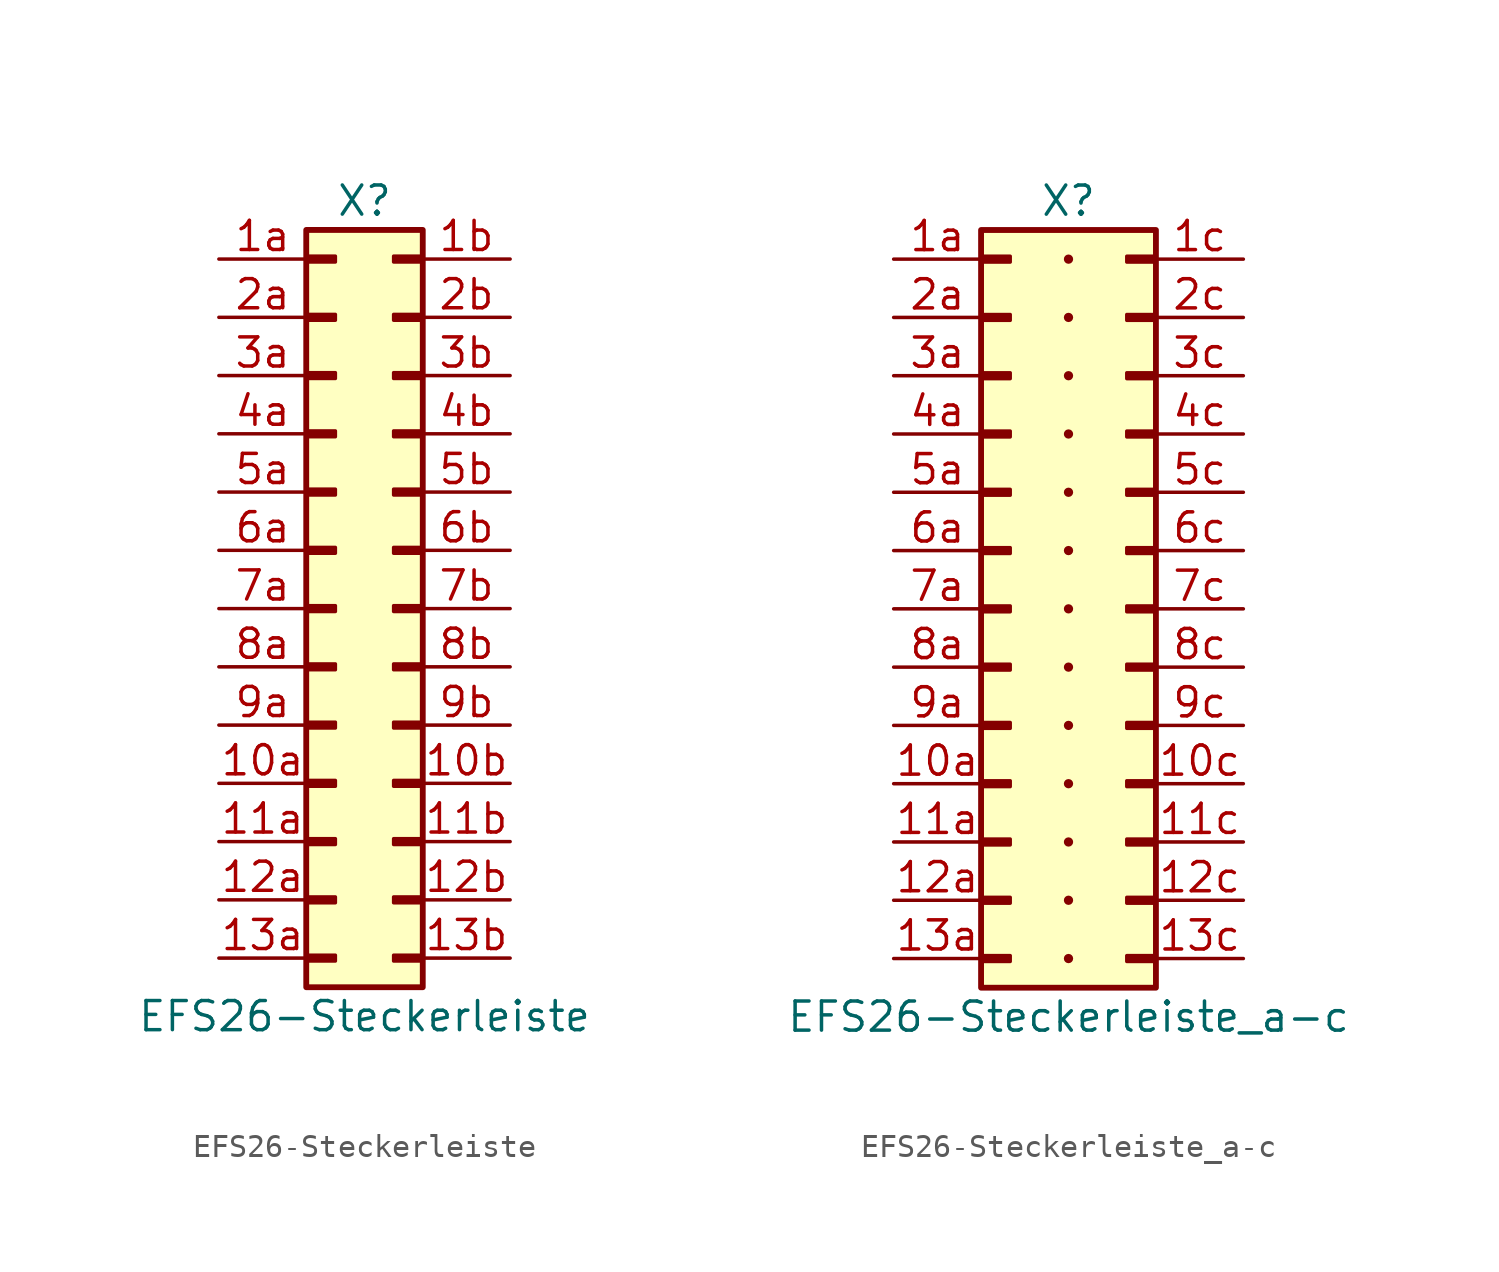
<source format=kicad_sym>
(kicad_symbol_lib
  (version 20211014)
  (generator kicad_symbol_editor)
  (symbol "EFS26-Steckerleiste"
    (pin_names
      (offset 1.016) hide)
    (property "Reference" "X"
      (at 0 17.78 0)
      (effects (font (size 1.27 1.27))))
    (property "Value" "EFS26-Steckerleiste"
      (at 0 -17.78 0)
      (effects (font (size 1.27 1.27))))
    (symbol "EFS26-Steckerleiste_1_1"
      (rectangle (start -2.54 -15.113) (end -1.27 -15.367) (stroke (width 0.152) (type default) (color 0 0 0 0)) (fill (type outline)))
      (rectangle (start -2.54 -12.573) (end -1.27 -12.827) (stroke (width 0.152) (type default) (color 0 0 0 0)) (fill (type outline)))
      (rectangle (start -2.54 -10.033) (end -1.27 -10.287) (stroke (width 0.152) (type default) (color 0 0 0 0)) (fill (type outline)))
      (rectangle (start -2.54 -7.493) (end -1.27 -7.747) (stroke (width 0.152) (type default) (color 0 0 0 0)) (fill (type outline)))
      (rectangle (start -2.54 -4.953) (end -1.27 -5.207) (stroke (width 0.152) (type default) (color 0 0 0 0)) (fill (type outline)))
      (rectangle (start -2.54 -2.413) (end -1.27 -2.667) (stroke (width 0.152) (type default) (color 0 0 0 0)) (fill (type outline)))
      (rectangle (start -2.54 0.127) (end -1.27 -0.127) (stroke (width 0.152) (type default) (color 0 0 0 0)) (fill (type outline)))
      (rectangle (start -2.54 2.667) (end -1.27 2.413) (stroke (width 0.152) (type default) (color 0 0 0 0)) (fill (type outline)))
      (rectangle (start -2.54 5.207) (end -1.27 4.953) (stroke (width 0.152) (type default) (color 0 0 0 0)) (fill (type outline)))
      (rectangle (start -2.54 7.747) (end -1.27 7.493) (stroke (width 0.152) (type default) (color 0 0 0 0)) (fill (type outline)))
      (rectangle (start -2.54 10.287) (end -1.27 10.033) (stroke (width 0.152) (type default) (color 0 0 0 0)) (fill (type outline)))
      (rectangle (start -2.54 12.827) (end -1.27 12.573) (stroke (width 0.152) (type default) (color 0 0 0 0)) (fill (type outline)))
      (rectangle (start -2.54 15.367) (end -1.27 15.113) (stroke (width 0.152) (type default) (color 0 0 0 0)) (fill (type outline)))
      (rectangle (start -2.54 16.51) (end 2.54 -16.51) (stroke (width 0.254) (type default) (color 0 0 0 0)) (fill (type background)))
      (rectangle (start 2.54 -15.113) (end 1.27 -15.367) (stroke (width 0.152) (type default) (color 0 0 0 0)) (fill (type outline)))
      (rectangle (start 2.54 -12.573) (end 1.27 -12.827) (stroke (width 0.152) (type default) (color 0 0 0 0)) (fill (type outline)))
      (rectangle (start 2.54 -10.033) (end 1.27 -10.287) (stroke (width 0.152) (type default) (color 0 0 0 0)) (fill (type outline)))
      (rectangle (start 2.54 -7.493) (end 1.27 -7.747) (stroke (width 0.152) (type default) (color 0 0 0 0)) (fill (type outline)))
      (rectangle (start 2.54 -4.953) (end 1.27 -5.207) (stroke (width 0.152) (type default) (color 0 0 0 0)) (fill (type outline)))
      (rectangle (start 2.54 -2.413) (end 1.27 -2.667) (stroke (width 0.152) (type default) (color 0 0 0 0)) (fill (type outline)))
      (rectangle (start 2.54 0.127) (end 1.27 -0.127) (stroke (width 0.152) (type default) (color 0 0 0 0)) (fill (type outline)))
      (rectangle (start 2.54 2.667) (end 1.27 2.413) (stroke (width 0.152) (type default) (color 0 0 0 0)) (fill (type outline)))
      (rectangle (start 2.54 5.207) (end 1.27 4.953) (stroke (width 0.152) (type default) (color 0 0 0 0)) (fill (type outline)))
      (rectangle (start 2.54 7.747) (end 1.27 7.493) (stroke (width 0.152) (type default) (color 0 0 0 0)) (fill (type outline)))
      (rectangle (start 2.54 10.287) (end 1.27 10.033) (stroke (width 0.152) (type default) (color 0 0 0 0)) (fill (type outline)))
      (rectangle (start 2.54 12.827) (end 1.27 12.573) (stroke (width 0.152) (type default) (color 0 0 0 0)) (fill (type outline)))
      (rectangle (start 2.54 15.367) (end 1.27 15.113) (stroke (width 0.152) (type default) (color 0 0 0 0)) (fill (type outline)))
      (pin passive line (at -6.35 -7.62 0) (length 3.81) (name "Pin_10a" (effects (font (size 1.27 1.27)))) (number "10a" (effects (font (size 1.27 1.27)))))
      (pin passive line (at 6.35 -7.62 180) (length 3.81) (name "Pin_10b" (effects (font (size 1.27 1.27)))) (number "10b" (effects (font (size 1.27 1.27)))))
      (pin passive line (at -6.35 -10.16 0) (length 3.81) (name "Pin_11a" (effects (font (size 1.27 1.27)))) (number "11a" (effects (font (size 1.27 1.27)))))
      (pin passive line (at 6.35 -10.16 180) (length 3.81) (name "Pin_11b" (effects (font (size 1.27 1.27)))) (number "11b" (effects (font (size 1.27 1.27)))))
      (pin passive line (at -6.35 -12.7 0) (length 3.81) (name "Pin_12a" (effects (font (size 1.27 1.27)))) (number "12a" (effects (font (size 1.27 1.27)))))
      (pin passive line (at 6.35 -12.7 180) (length 3.81) (name "Pin_12b" (effects (font (size 1.27 1.27)))) (number "12b" (effects (font (size 1.27 1.27)))))
      (pin passive line (at -6.35 -15.24 0) (length 3.81) (name "Pin_13a" (effects (font (size 1.27 1.27)))) (number "13a" (effects (font (size 1.27 1.27)))))
      (pin passive line (at 6.35 -15.24 180) (length 3.81) (name "Pin_13b" (effects (font (size 1.27 1.27)))) (number "13b" (effects (font (size 1.27 1.27)))))
      (pin passive line (at -6.35 15.24 0) (length 3.81) (name "Pin_1a" (effects (font (size 1.27 1.27)))) (number "1a" (effects (font (size 1.27 1.27)))))
      (pin passive line (at 6.35 15.24 180) (length 3.81) (name "Pin_1b" (effects (font (size 1.27 1.27)))) (number "1b" (effects (font (size 1.27 1.27)))))
      (pin passive line (at -6.35 12.7 0) (length 3.81) (name "Pin_2a" (effects (font (size 1.27 1.27)))) (number "2a" (effects (font (size 1.27 1.27)))))
      (pin passive line (at 6.35 12.7 180) (length 3.81) (name "Pin_2b" (effects (font (size 1.27 1.27)))) (number "2b" (effects (font (size 1.27 1.27)))))
      (pin passive line (at -6.35 10.16 0) (length 3.81) (name "Pin_3a" (effects (font (size 1.27 1.27)))) (number "3a" (effects (font (size 1.27 1.27)))))
      (pin passive line (at 6.35 10.16 180) (length 3.81) (name "Pin_3b" (effects (font (size 1.27 1.27)))) (number "3b" (effects (font (size 1.27 1.27)))))
      (pin passive line (at -6.35 7.62 0) (length 3.81) (name "Pin_4a" (effects (font (size 1.27 1.27)))) (number "4a" (effects (font (size 1.27 1.27)))))
      (pin passive line (at 6.35 7.62 180) (length 3.81) (name "Pin_4b" (effects (font (size 1.27 1.27)))) (number "4b" (effects (font (size 1.27 1.27)))))
      (pin passive line (at -6.35 5.08 0) (length 3.81) (name "Pin_5a" (effects (font (size 1.27 1.27)))) (number "5a" (effects (font (size 1.27 1.27)))))
      (pin passive line (at 6.35 5.08 180) (length 3.81) (name "Pin_5b" (effects (font (size 1.27 1.27)))) (number "5b" (effects (font (size 1.27 1.27)))))
      (pin passive line (at -6.35 2.54 0) (length 3.81) (name "Pin_6a" (effects (font (size 1.27 1.27)))) (number "6a" (effects (font (size 1.27 1.27)))))
      (pin passive line (at 6.35 2.54 180) (length 3.81) (name "Pin_6b" (effects (font (size 1.27 1.27)))) (number "6b" (effects (font (size 1.27 1.27)))))
      (pin passive line (at -6.35 0 0) (length 3.81) (name "Pin_7a" (effects (font (size 1.27 1.27)))) (number "7a" (effects (font (size 1.27 1.27)))))
      (pin passive line (at 6.35 0 180) (length 3.81) (name "Pin_7b" (effects (font (size 1.27 1.27)))) (number "7b" (effects (font (size 1.27 1.27)))))
      (pin passive line (at -6.35 -2.54 0) (length 3.81) (name "Pin_8a" (effects (font (size 1.27 1.27)))) (number "8a" (effects (font (size 1.27 1.27)))))
      (pin passive line (at 6.35 -2.54 180) (length 3.81) (name "Pin_8b" (effects (font (size 1.27 1.27)))) (number "8b" (effects (font (size 1.27 1.27)))))
      (pin passive line (at -6.35 -5.08 0) (length 3.81) (name "Pin_9a" (effects (font (size 1.27 1.27)))) (number "9a" (effects (font (size 1.27 1.27)))))
      (pin passive line (at 6.35 -5.08 180) (length 3.81) (name "Pin_9b" (effects (font (size 1.27 1.27)))) (number "9b" (effects (font (size 1.27 1.27)))))))
  (symbol "EFS26-Steckerleiste_a-c"
    (pin_names
      (offset 1.016) hide)
    (property "Reference" "X"
      (at 0 17.78 0)
      (effects (font (size 1.27 1.27))))
    (property "Value" "EFS26-Steckerleiste_a-c"
      (at 0 -17.78 0)
      (effects (font (size 1.27 1.27))))
    (symbol "EFS26-Steckerleiste_a-c_0_1"
      (circle (center 0 -15.24) (radius 0.127) (stroke (width 0.152) (type default) (color 0 0 0 0)) (fill (type outline)))
      (circle (center 0 -12.7) (radius 0.127) (stroke (width 0.152) (type default) (color 0 0 0 0)) (fill (type outline)))
      (circle (center 0 -10.16) (radius 0.127) (stroke (width 0.152) (type default) (color 0 0 0 0)) (fill (type outline)))
      (circle (center 0 -7.62) (radius 0.127) (stroke (width 0.152) (type default) (color 0 0 0 0)) (fill (type outline)))
      (circle (center 0 -5.08) (radius 0.127) (stroke (width 0.152) (type default) (color 0 0 0 0)) (fill (type outline)))
      (circle (center 0 -2.54) (radius 0.127) (stroke (width 0.152) (type default) (color 0 0 0 0)) (fill (type outline)))
      (circle (center 0 0) (radius 0.127) (stroke (width 0.152) (type default) (color 0 0 0 0)) (fill (type outline)))
      (circle (center 0 2.54) (radius 0.127) (stroke (width 0.152) (type default) (color 0 0 0 0)) (fill (type outline)))
      (circle (center 0 5.08) (radius 0.127) (stroke (width 0.152) (type default) (color 0 0 0 0)) (fill (type outline)))
      (circle (center 0 7.62) (radius 0.127) (stroke (width 0.152) (type default) (color 0 0 0 0)) (fill (type outline)))
      (circle (center 0 10.16) (radius 0.127) (stroke (width 0.152) (type default) (color 0 0 0 0)) (fill (type outline)))
      (circle (center 0 12.7) (radius 0.127) (stroke (width 0.152) (type default) (color 0 0 0 0)) (fill (type outline)))
      (circle (center 0 15.24) (radius 0.127) (stroke (width 0.152) (type default) (color 0 0 0 0)) (fill (type outline))))
    (symbol "EFS26-Steckerleiste_a-c_1_1"
      (rectangle (start -3.81 -15.113) (end -2.54 -15.367) (stroke (width 0.152) (type default) (color 0 0 0 0)) (fill (type outline)))
      (rectangle (start -3.81 -12.573) (end -2.54 -12.827) (stroke (width 0.152) (type default) (color 0 0 0 0)) (fill (type outline)))
      (rectangle (start -3.81 -10.033) (end -2.54 -10.287) (stroke (width 0.152) (type default) (color 0 0 0 0)) (fill (type outline)))
      (rectangle (start -3.81 -7.493) (end -2.54 -7.747) (stroke (width 0.152) (type default) (color 0 0 0 0)) (fill (type outline)))
      (rectangle (start -3.81 -4.953) (end -2.54 -5.207) (stroke (width 0.152) (type default) (color 0 0 0 0)) (fill (type outline)))
      (rectangle (start -3.81 -2.413) (end -2.54 -2.667) (stroke (width 0.152) (type default) (color 0 0 0 0)) (fill (type outline)))
      (rectangle (start -3.81 0.127) (end -2.54 -0.127) (stroke (width 0.152) (type default) (color 0 0 0 0)) (fill (type outline)))
      (rectangle (start -3.81 2.667) (end -2.54 2.413) (stroke (width 0.152) (type default) (color 0 0 0 0)) (fill (type outline)))
      (rectangle (start -3.81 5.207) (end -2.54 4.953) (stroke (width 0.152) (type default) (color 0 0 0 0)) (fill (type outline)))
      (rectangle (start -3.81 7.747) (end -2.54 7.493) (stroke (width 0.152) (type default) (color 0 0 0 0)) (fill (type outline)))
      (rectangle (start -3.81 10.287) (end -2.54 10.033) (stroke (width 0.152) (type default) (color 0 0 0 0)) (fill (type outline)))
      (rectangle (start -3.81 12.827) (end -2.54 12.573) (stroke (width 0.152) (type default) (color 0 0 0 0)) (fill (type outline)))
      (rectangle (start -3.81 15.367) (end -2.54 15.113) (stroke (width 0.152) (type default) (color 0 0 0 0)) (fill (type outline)))
      (rectangle (start -3.81 16.51) (end 3.81 -16.51) (stroke (width 0.254) (type default) (color 0 0 0 0)) (fill (type background)))
      (rectangle (start 3.81 -15.113) (end 2.54 -15.367) (stroke (width 0.152) (type default) (color 0 0 0 0)) (fill (type outline)))
      (rectangle (start 3.81 -12.573) (end 2.54 -12.827) (stroke (width 0.152) (type default) (color 0 0 0 0)) (fill (type outline)))
      (rectangle (start 3.81 -10.033) (end 2.54 -10.287) (stroke (width 0.152) (type default) (color 0 0 0 0)) (fill (type outline)))
      (rectangle (start 3.81 -7.493) (end 2.54 -7.747) (stroke (width 0.152) (type default) (color 0 0 0 0)) (fill (type outline)))
      (rectangle (start 3.81 -4.953) (end 2.54 -5.207) (stroke (width 0.152) (type default) (color 0 0 0 0)) (fill (type outline)))
      (rectangle (start 3.81 -2.413) (end 2.54 -2.667) (stroke (width 0.152) (type default) (color 0 0 0 0)) (fill (type outline)))
      (rectangle (start 3.81 0.127) (end 2.54 -0.127) (stroke (width 0.152) (type default) (color 0 0 0 0)) (fill (type outline)))
      (rectangle (start 3.81 2.667) (end 2.54 2.413) (stroke (width 0.152) (type default) (color 0 0 0 0)) (fill (type outline)))
      (rectangle (start 3.81 5.207) (end 2.54 4.953) (stroke (width 0.152) (type default) (color 0 0 0 0)) (fill (type outline)))
      (rectangle (start 3.81 7.747) (end 2.54 7.493) (stroke (width 0.152) (type default) (color 0 0 0 0)) (fill (type outline)))
      (rectangle (start 3.81 10.287) (end 2.54 10.033) (stroke (width 0.152) (type default) (color 0 0 0 0)) (fill (type outline)))
      (rectangle (start 3.81 12.827) (end 2.54 12.573) (stroke (width 0.152) (type default) (color 0 0 0 0)) (fill (type outline)))
      (rectangle (start 3.81 15.367) (end 2.54 15.113) (stroke (width 0.152) (type default) (color 0 0 0 0)) (fill (type outline)))
      (pin passive line (at -7.62 -7.62 0) (length 3.81) (name "Pin_10a" (effects (font (size 1.27 1.27)))) (number "10a" (effects (font (size 1.27 1.27)))))
      (pin passive line (at 7.62 -7.62 180) (length 3.81) (name "Pin_10c" (effects (font (size 1.27 1.27)))) (number "10c" (effects (font (size 1.27 1.27)))))
      (pin passive line (at -7.62 -10.16 0) (length 3.81) (name "Pin_11a" (effects (font (size 1.27 1.27)))) (number "11a" (effects (font (size 1.27 1.27)))))
      (pin passive line (at 7.62 -10.16 180) (length 3.81) (name "Pin_11c" (effects (font (size 1.27 1.27)))) (number "11c" (effects (font (size 1.27 1.27)))))
      (pin passive line (at -7.62 -12.7 0) (length 3.81) (name "Pin_12a" (effects (font (size 1.27 1.27)))) (number "12a" (effects (font (size 1.27 1.27)))))
      (pin passive line (at 7.62 -12.7 180) (length 3.81) (name "Pin_12c" (effects (font (size 1.27 1.27)))) (number "12c" (effects (font (size 1.27 1.27)))))
      (pin passive line (at -7.62 -15.24 0) (length 3.81) (name "Pin_13a" (effects (font (size 1.27 1.27)))) (number "13a" (effects (font (size 1.27 1.27)))))
      (pin passive line (at 7.62 -15.24 180) (length 3.81) (name "Pin_13c" (effects (font (size 1.27 1.27)))) (number "13c" (effects (font (size 1.27 1.27)))))
      (pin passive line (at -7.62 15.24 0) (length 3.81) (name "Pin_1a" (effects (font (size 1.27 1.27)))) (number "1a" (effects (font (size 1.27 1.27)))))
      (pin passive line (at 7.62 15.24 180) (length 3.81) (name "Pin_1c" (effects (font (size 1.27 1.27)))) (number "1c" (effects (font (size 1.27 1.27)))))
      (pin passive line (at -7.62 12.7 0) (length 3.81) (name "Pin_2a" (effects (font (size 1.27 1.27)))) (number "2a" (effects (font (size 1.27 1.27)))))
      (pin passive line (at 7.62 12.7 180) (length 3.81) (name "Pin_2c" (effects (font (size 1.27 1.27)))) (number "2c" (effects (font (size 1.27 1.27)))))
      (pin passive line (at -7.62 10.16 0) (length 3.81) (name "Pin_3a" (effects (font (size 1.27 1.27)))) (number "3a" (effects (font (size 1.27 1.27)))))
      (pin passive line (at 7.62 10.16 180) (length 3.81) (name "Pin_3c" (effects (font (size 1.27 1.27)))) (number "3c" (effects (font (size 1.27 1.27)))))
      (pin passive line (at -7.62 7.62 0) (length 3.81) (name "Pin_4a" (effects (font (size 1.27 1.27)))) (number "4a" (effects (font (size 1.27 1.27)))))
      (pin passive line (at 7.62 7.62 180) (length 3.81) (name "Pin_4c" (effects (font (size 1.27 1.27)))) (number "4c" (effects (font (size 1.27 1.27)))))
      (pin passive line (at -7.62 5.08 0) (length 3.81) (name "Pin_5a" (effects (font (size 1.27 1.27)))) (number "5a" (effects (font (size 1.27 1.27)))))
      (pin passive line (at 7.62 5.08 180) (length 3.81) (name "Pin_5c" (effects (font (size 1.27 1.27)))) (number "5c" (effects (font (size 1.27 1.27)))))
      (pin passive line (at -7.62 2.54 0) (length 3.81) (name "Pin_6a" (effects (font (size 1.27 1.27)))) (number "6a" (effects (font (size 1.27 1.27)))))
      (pin passive line (at 7.62 2.54 180) (length 3.81) (name "Pin_6c" (effects (font (size 1.27 1.27)))) (number "6c" (effects (font (size 1.27 1.27)))))
      (pin passive line (at -7.62 0 0) (length 3.81) (name "Pin_7a" (effects (font (size 1.27 1.27)))) (number "7a" (effects (font (size 1.27 1.27)))))
      (pin passive line (at 7.62 0 180) (length 3.81) (name "Pin_7c" (effects (font (size 1.27 1.27)))) (number "7c" (effects (font (size 1.27 1.27)))))
      (pin passive line (at -7.62 -2.54 0) (length 3.81) (name "Pin_8a" (effects (font (size 1.27 1.27)))) (number "8a" (effects (font (size 1.27 1.27)))))
      (pin passive line (at 7.62 -2.54 180) (length 3.81) (name "Pin_8c" (effects (font (size 1.27 1.27)))) (number "8c" (effects (font (size 1.27 1.27)))))
      (pin passive line (at -7.62 -5.08 0) (length 3.81) (name "Pin_9a" (effects (font (size 1.27 1.27)))) (number "9a" (effects (font (size 1.27 1.27)))))
      (pin passive line (at 7.62 -5.08 180) (length 3.81) (name "Pin_9c" (effects (font (size 1.27 1.27)))) (number "9c" (effects (font (size 1.27 1.27))))))))
</source>
